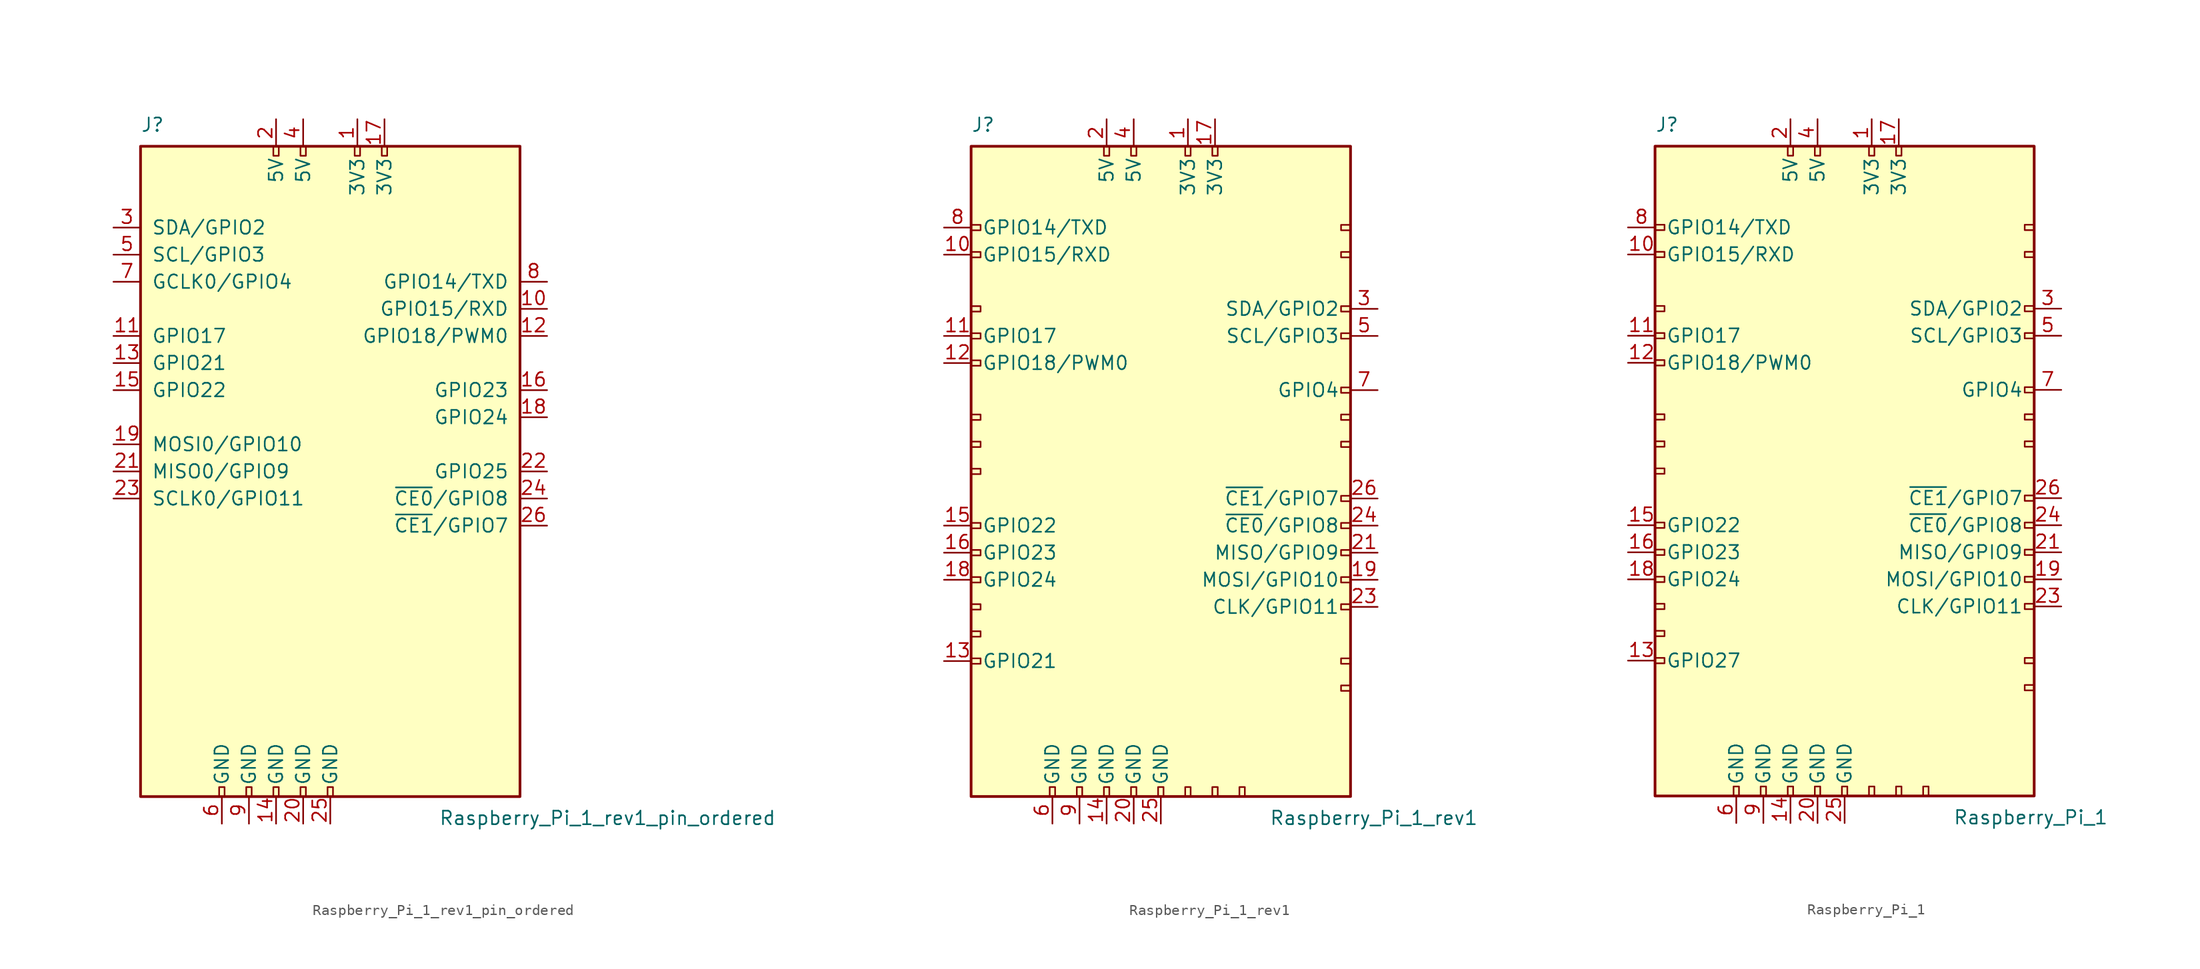
<source format=kicad_sym>
(kicad_symbol_lib
  (version 20231120)
  (generator "kicad_symbol_editor")
  (generator_version "8.0")
  (symbol "Raspberry_Pi_1_rev1_pin_ordered"
    (pin_names
      (offset 1.016))
    (property "Reference" "J"
      (at -17.78 31.75 0)
      (effects (font (size 1.27 1.27)) (justify left bottom)))
    (property "Value" "Raspberry_Pi_1_rev1_pin_ordered"
      (at 10.16 -31.75 0)
      (effects (font (size 1.27 1.27)) (justify left top)))
    (symbol "Raspberry_Pi_1_rev1_pin_ordered_0_1"
      (rectangle (start -17.78 30.48) (end 17.78 -30.48) (stroke (width 0.254) (type default)) (fill (type background))))
    (symbol "Raspberry_Pi_1_rev1_pin_ordered_1_1"
      (rectangle (start -10.414 -29.591) (end -9.906 -30.48) (stroke (width 0) (type default)) (fill (type none)))
      (rectangle (start -7.874 -29.591) (end -7.366 -30.48) (stroke (width 0) (type default)) (fill (type none)))
      (rectangle (start -5.334 -29.591) (end -4.826 -30.48) (stroke (width 0) (type default)) (fill (type none)))
      (rectangle (start -5.334 30.48) (end -4.826 29.591) (stroke (width 0) (type default)) (fill (type none)))
      (rectangle (start -2.794 -29.591) (end -2.286 -30.48) (stroke (width 0) (type default)) (fill (type none)))
      (rectangle (start -2.794 30.48) (end -2.286 29.591) (stroke (width 0) (type default)) (fill (type none)))
      (rectangle (start -0.254 -29.591) (end 0.254 -30.48) (stroke (width 0) (type default)) (fill (type none)))
      (rectangle (start 2.286 30.48) (end 2.794 29.591) (stroke (width 0) (type default)) (fill (type none)))
      (rectangle (start 4.826 30.48) (end 5.334 29.591) (stroke (width 0) (type default)) (fill (type none)))
      (pin power_in line (at 2.54 33.02 270) (length 2.54) (name "3V3" (effects (font (size 1.27 1.27)))) (number "1" (effects (font (size 1.27 1.27)))))
      (pin bidirectional line (at 20.32 15.24 180) (length 2.54) (name "GPIO15/RXD" (effects (font (size 1.27 1.27)))) (number "10" (effects (font (size 1.27 1.27)))))
      (pin bidirectional line (at -20.32 12.7 0) (length 2.54) (name "GPIO17" (effects (font (size 1.27 1.27)))) (number "11" (effects (font (size 1.27 1.27)))))
      (pin bidirectional line (at 20.32 12.7 180) (length 2.54) (name "GPIO18/PWM0" (effects (font (size 1.27 1.27)))) (number "12" (effects (font (size 1.27 1.27)))))
      (pin bidirectional line (at -20.32 10.16 0) (length 2.54) (name "GPIO21" (effects (font (size 1.27 1.27)))) (number "13" (effects (font (size 1.27 1.27)))))
      (pin power_in line (at -5.08 -33.02 90) (length 2.54) (name "GND" (effects (font (size 1.27 1.27)))) (number "14" (effects (font (size 1.27 1.27)))))
      (pin bidirectional line (at -20.32 7.62 0) (length 2.54) (name "GPIO22" (effects (font (size 1.27 1.27)))) (number "15" (effects (font (size 1.27 1.27)))))
      (pin bidirectional line (at 20.32 7.62 180) (length 2.54) (name "GPIO23" (effects (font (size 1.27 1.27)))) (number "16" (effects (font (size 1.27 1.27)))))
      (pin power_in line (at 5.08 33.02 270) (length 2.54) (name "3V3" (effects (font (size 1.27 1.27)))) (number "17" (effects (font (size 1.27 1.27)))))
      (pin bidirectional line (at 20.32 5.08 180) (length 2.54) (name "GPIO24" (effects (font (size 1.27 1.27)))) (number "18" (effects (font (size 1.27 1.27)))))
      (pin bidirectional line (at -20.32 2.54 0) (length 2.54) (name "MOSI0/GPIO10" (effects (font (size 1.27 1.27)))) (number "19" (effects (font (size 1.27 1.27)))))
      (pin power_in line (at -5.08 33.02 270) (length 2.54) (name "5V" (effects (font (size 1.27 1.27)))) (number "2" (effects (font (size 1.27 1.27)))))
      (pin power_in line (at -2.54 -33.02 90) (length 2.54) (name "GND" (effects (font (size 1.27 1.27)))) (number "20" (effects (font (size 1.27 1.27)))))
      (pin bidirectional line (at -20.32 0 0) (length 2.54) (name "MISO0/GPIO9" (effects (font (size 1.27 1.27)))) (number "21" (effects (font (size 1.27 1.27)))))
      (pin bidirectional line (at 20.32 0 180) (length 2.54) (name "GPIO25" (effects (font (size 1.27 1.27)))) (number "22" (effects (font (size 1.27 1.27)))))
      (pin bidirectional line (at -20.32 -2.54 0) (length 2.54) (name "SCLK0/GPIO11" (effects (font (size 1.27 1.27)))) (number "23" (effects (font (size 1.27 1.27)))))
      (pin bidirectional line (at 20.32 -2.54 180) (length 2.54) (name "~{CE0}/GPIO8" (effects (font (size 1.27 1.27)))) (number "24" (effects (font (size 1.27 1.27)))))
      (pin power_in line (at 0 -33.02 90) (length 2.54) (name "GND" (effects (font (size 1.27 1.27)))) (number "25" (effects (font (size 1.27 1.27)))))
      (pin bidirectional line (at 20.32 -5.08 180) (length 2.54) (name "~{CE1}/GPIO7" (effects (font (size 1.27 1.27)))) (number "26" (effects (font (size 1.27 1.27)))))
      (pin bidirectional line (at -20.32 22.86 0) (length 2.54) (name "SDA/GPIO2" (effects (font (size 1.27 1.27)))) (number "3" (effects (font (size 1.27 1.27)))))
      (pin power_in line (at -2.54 33.02 270) (length 2.54) (name "5V" (effects (font (size 1.27 1.27)))) (number "4" (effects (font (size 1.27 1.27)))))
      (pin bidirectional line (at -20.32 20.32 0) (length 2.54) (name "SCL/GPIO3" (effects (font (size 1.27 1.27)))) (number "5" (effects (font (size 1.27 1.27)))))
      (pin power_in line (at -10.16 -33.02 90) (length 2.54) (name "GND" (effects (font (size 1.27 1.27)))) (number "6" (effects (font (size 1.27 1.27)))))
      (pin bidirectional line (at -20.32 17.78 0) (length 2.54) (name "GCLK0/GPIO4" (effects (font (size 1.27 1.27)))) (number "7" (effects (font (size 1.27 1.27)))))
      (pin bidirectional line (at 20.32 17.78 180) (length 2.54) (name "GPIO14/TXD" (effects (font (size 1.27 1.27)))) (number "8" (effects (font (size 1.27 1.27)))))
      (pin power_in line (at -7.62 -33.02 90) (length 2.54) (name "GND" (effects (font (size 1.27 1.27)))) (number "9" (effects (font (size 1.27 1.27)))))))
  (symbol "Raspberry_Pi_1_rev1"
    (pin_names
      (offset 1.016))
    (property "Reference" "J"
      (at -17.78 31.75 0)
      (effects (font (size 1.27 1.27)) (justify left bottom)))
    (property "Value" "Raspberry_Pi_1_rev1"
      (at 10.16 -31.75 0)
      (effects (font (size 1.27 1.27)) (justify left top)))
    (symbol "Raspberry_Pi_1_rev1_0_1"
      (rectangle (start -17.78 30.48) (end 17.78 -30.48) (stroke (width 0.254) (type default)) (fill (type background))))
    (symbol "Raspberry_Pi_1_rev1_1_1"
      (rectangle (start -16.891 -17.526) (end -17.78 -18.034) (stroke (width 0) (type default)) (fill (type none)))
      (rectangle (start -16.891 -14.986) (end -17.78 -15.494) (stroke (width 0) (type default)) (fill (type none)))
      (rectangle (start -16.891 -12.446) (end -17.78 -12.954) (stroke (width 0) (type default)) (fill (type none)))
      (rectangle (start -16.891 -9.906) (end -17.78 -10.414) (stroke (width 0) (type default)) (fill (type none)))
      (rectangle (start -16.891 -7.366) (end -17.78 -7.874) (stroke (width 0) (type default)) (fill (type none)))
      (rectangle (start -16.891 -4.826) (end -17.78 -5.334) (stroke (width 0) (type default)) (fill (type none)))
      (rectangle (start -16.891 0.254) (end -17.78 -0.254) (stroke (width 0) (type default)) (fill (type none)))
      (rectangle (start -16.891 2.794) (end -17.78 2.286) (stroke (width 0) (type default)) (fill (type none)))
      (rectangle (start -16.891 5.334) (end -17.78 4.826) (stroke (width 0) (type default)) (fill (type none)))
      (rectangle (start -16.891 10.414) (end -17.78 9.906) (stroke (width 0) (type default)) (fill (type none)))
      (rectangle (start -16.891 12.954) (end -17.78 12.446) (stroke (width 0) (type default)) (fill (type none)))
      (rectangle (start -16.891 15.494) (end -17.78 14.986) (stroke (width 0) (type default)) (fill (type none)))
      (rectangle (start -16.891 20.574) (end -17.78 20.066) (stroke (width 0) (type default)) (fill (type none)))
      (rectangle (start -16.891 23.114) (end -17.78 22.606) (stroke (width 0) (type default)) (fill (type none)))
      (rectangle (start -10.414 -29.591) (end -9.906 -30.48) (stroke (width 0) (type default)) (fill (type none)))
      (rectangle (start -7.874 -29.591) (end -7.366 -30.48) (stroke (width 0) (type default)) (fill (type none)))
      (rectangle (start -5.334 -29.591) (end -4.826 -30.48) (stroke (width 0) (type default)) (fill (type none)))
      (rectangle (start -5.334 30.48) (end -4.826 29.591) (stroke (width 0) (type default)) (fill (type none)))
      (rectangle (start -2.794 -29.591) (end -2.286 -30.48) (stroke (width 0) (type default)) (fill (type none)))
      (rectangle (start -2.794 30.48) (end -2.286 29.591) (stroke (width 0) (type default)) (fill (type none)))
      (rectangle (start -0.254 -29.591) (end 0.254 -30.48) (stroke (width 0) (type default)) (fill (type none)))
      (rectangle (start 2.286 -29.591) (end 2.794 -30.48) (stroke (width 0) (type default)) (fill (type none)))
      (rectangle (start 2.286 30.48) (end 2.794 29.591) (stroke (width 0) (type default)) (fill (type none)))
      (rectangle (start 4.826 -29.591) (end 5.334 -30.48) (stroke (width 0) (type default)) (fill (type none)))
      (rectangle (start 4.826 30.48) (end 5.334 29.591) (stroke (width 0) (type default)) (fill (type none)))
      (rectangle (start 7.366 -29.591) (end 7.874 -30.48) (stroke (width 0) (type default)) (fill (type none)))
      (rectangle (start 17.78 -20.066) (end 16.891 -20.574) (stroke (width 0) (type default)) (fill (type none)))
      (rectangle (start 17.78 -17.526) (end 16.891 -18.034) (stroke (width 0) (type default)) (fill (type none)))
      (rectangle (start 17.78 -12.446) (end 16.891 -12.954) (stroke (width 0) (type default)) (fill (type none)))
      (rectangle (start 17.78 -9.906) (end 16.891 -10.414) (stroke (width 0) (type default)) (fill (type none)))
      (rectangle (start 17.78 -7.366) (end 16.891 -7.874) (stroke (width 0) (type default)) (fill (type none)))
      (rectangle (start 17.78 -4.826) (end 16.891 -5.334) (stroke (width 0) (type default)) (fill (type none)))
      (rectangle (start 17.78 -2.286) (end 16.891 -2.794) (stroke (width 0) (type default)) (fill (type none)))
      (rectangle (start 17.78 2.794) (end 16.891 2.286) (stroke (width 0) (type default)) (fill (type none)))
      (rectangle (start 17.78 5.334) (end 16.891 4.826) (stroke (width 0) (type default)) (fill (type none)))
      (rectangle (start 17.78 7.874) (end 16.891 7.366) (stroke (width 0) (type default)) (fill (type none)))
      (rectangle (start 17.78 12.954) (end 16.891 12.446) (stroke (width 0) (type default)) (fill (type none)))
      (rectangle (start 17.78 15.494) (end 16.891 14.986) (stroke (width 0) (type default)) (fill (type none)))
      (rectangle (start 17.78 20.574) (end 16.891 20.066) (stroke (width 0) (type default)) (fill (type none)))
      (rectangle (start 17.78 23.114) (end 16.891 22.606) (stroke (width 0) (type default)) (fill (type none)))
      (pin power_in line (at 2.54 33.02 270) (length 2.54) (name "3V3" (effects (font (size 1.27 1.27)))) (number "1" (effects (font (size 1.27 1.27)))))
      (pin bidirectional line (at -20.32 20.32 0) (length 2.54) (name "GPIO15/RXD" (effects (font (size 1.27 1.27)))) (number "10" (effects (font (size 1.27 1.27)))))
      (pin bidirectional line (at -20.32 12.7 0) (length 2.54) (name "GPIO17" (effects (font (size 1.27 1.27)))) (number "11" (effects (font (size 1.27 1.27)))))
      (pin bidirectional line (at -20.32 10.16 0) (length 2.54) (name "GPIO18/PWM0" (effects (font (size 1.27 1.27)))) (number "12" (effects (font (size 1.27 1.27)))))
      (pin bidirectional line (at -20.32 -17.78 0) (length 2.54) (name "GPIO21" (effects (font (size 1.27 1.27)))) (number "13" (effects (font (size 1.27 1.27)))))
      (pin power_in line (at -5.08 -33.02 90) (length 2.54) (name "GND" (effects (font (size 1.27 1.27)))) (number "14" (effects (font (size 1.27 1.27)))))
      (pin bidirectional line (at -20.32 -5.08 0) (length 2.54) (name "GPIO22" (effects (font (size 1.27 1.27)))) (number "15" (effects (font (size 1.27 1.27)))))
      (pin bidirectional line (at -20.32 -7.62 0) (length 2.54) (name "GPIO23" (effects (font (size 1.27 1.27)))) (number "16" (effects (font (size 1.27 1.27)))))
      (pin power_in line (at 5.08 33.02 270) (length 2.54) (name "3V3" (effects (font (size 1.27 1.27)))) (number "17" (effects (font (size 1.27 1.27)))))
      (pin bidirectional line (at -20.32 -10.16 0) (length 2.54) (name "GPIO24" (effects (font (size 1.27 1.27)))) (number "18" (effects (font (size 1.27 1.27)))))
      (pin bidirectional line (at 20.32 -10.16 180) (length 2.54) (name "MOSI/GPIO10" (effects (font (size 1.27 1.27)))) (number "19" (effects (font (size 1.27 1.27)))))
      (pin power_in line (at -5.08 33.02 270) (length 2.54) (name "5V" (effects (font (size 1.27 1.27)))) (number "2" (effects (font (size 1.27 1.27)))))
      (pin power_in line (at -2.54 -33.02 90) (length 2.54) (name "GND" (effects (font (size 1.27 1.27)))) (number "20" (effects (font (size 1.27 1.27)))))
      (pin bidirectional line (at 20.32 -7.62 180) (length 2.54) (name "MISO/GPIO9" (effects (font (size 1.27 1.27)))) (number "21" (effects (font (size 1.27 1.27)))))
      (pin bidirectional line (at 20.32 -12.7 180) (length 2.54) (name "CLK/GPIO11" (effects (font (size 1.27 1.27)))) (number "23" (effects (font (size 1.27 1.27)))))
      (pin bidirectional line (at 20.32 -5.08 180) (length 2.54) (name "~{CE0}/GPIO8" (effects (font (size 1.27 1.27)))) (number "24" (effects (font (size 1.27 1.27)))))
      (pin power_in line (at 0 -33.02 90) (length 2.54) (name "GND" (effects (font (size 1.27 1.27)))) (number "25" (effects (font (size 1.27 1.27)))))
      (pin bidirectional line (at 20.32 -2.54 180) (length 2.54) (name "~{CE1}/GPIO7" (effects (font (size 1.27 1.27)))) (number "26" (effects (font (size 1.27 1.27)))))
      (pin bidirectional line (at 20.32 15.24 180) (length 2.54) (name "SDA/GPIO2" (effects (font (size 1.27 1.27)))) (number "3" (effects (font (size 1.27 1.27)))))
      (pin power_in line (at -2.54 33.02 270) (length 2.54) (name "5V" (effects (font (size 1.27 1.27)))) (number "4" (effects (font (size 1.27 1.27)))))
      (pin bidirectional line (at 20.32 12.7 180) (length 2.54) (name "SCL/GPIO3" (effects (font (size 1.27 1.27)))) (number "5" (effects (font (size 1.27 1.27)))))
      (pin power_in line (at -10.16 -33.02 90) (length 2.54) (name "GND" (effects (font (size 1.27 1.27)))) (number "6" (effects (font (size 1.27 1.27)))))
      (pin bidirectional line (at 20.32 7.62 180) (length 2.54) (name "GPIO4" (effects (font (size 1.27 1.27)))) (number "7" (effects (font (size 1.27 1.27)))))
      (pin bidirectional line (at -20.32 22.86 0) (length 2.54) (name "GPIO14/TXD" (effects (font (size 1.27 1.27)))) (number "8" (effects (font (size 1.27 1.27)))))
      (pin power_in line (at -7.62 -33.02 90) (length 2.54) (name "GND" (effects (font (size 1.27 1.27)))) (number "9" (effects (font (size 1.27 1.27)))))))
  (symbol "Raspberry_Pi_1"
    (pin_names
      (offset 1.016))
    (property "Reference" "J"
      (at -17.78 31.75 0)
      (effects (font (size 1.27 1.27)) (justify left bottom)))
    (property "Value" "Raspberry_Pi_1"
      (at 10.16 -31.75 0)
      (effects (font (size 1.27 1.27)) (justify left top)))
    (symbol "Raspberry_Pi_1_0_1"
      (rectangle (start -17.78 30.48) (end 17.78 -30.48) (stroke (width 0.254) (type default)) (fill (type background))))
    (symbol "Raspberry_Pi_1_1_1"
      (rectangle (start -16.891 -17.526) (end -17.78 -18.034) (stroke (width 0) (type default)) (fill (type none)))
      (rectangle (start -16.891 -14.986) (end -17.78 -15.494) (stroke (width 0) (type default)) (fill (type none)))
      (rectangle (start -16.891 -12.446) (end -17.78 -12.954) (stroke (width 0) (type default)) (fill (type none)))
      (rectangle (start -16.891 -9.906) (end -17.78 -10.414) (stroke (width 0) (type default)) (fill (type none)))
      (rectangle (start -16.891 -7.366) (end -17.78 -7.874) (stroke (width 0) (type default)) (fill (type none)))
      (rectangle (start -16.891 -4.826) (end -17.78 -5.334) (stroke (width 0) (type default)) (fill (type none)))
      (rectangle (start -16.891 0.254) (end -17.78 -0.254) (stroke (width 0) (type default)) (fill (type none)))
      (rectangle (start -16.891 2.794) (end -17.78 2.286) (stroke (width 0) (type default)) (fill (type none)))
      (rectangle (start -16.891 5.334) (end -17.78 4.826) (stroke (width 0) (type default)) (fill (type none)))
      (rectangle (start -16.891 10.414) (end -17.78 9.906) (stroke (width 0) (type default)) (fill (type none)))
      (rectangle (start -16.891 12.954) (end -17.78 12.446) (stroke (width 0) (type default)) (fill (type none)))
      (rectangle (start -16.891 15.494) (end -17.78 14.986) (stroke (width 0) (type default)) (fill (type none)))
      (rectangle (start -16.891 20.574) (end -17.78 20.066) (stroke (width 0) (type default)) (fill (type none)))
      (rectangle (start -16.891 23.114) (end -17.78 22.606) (stroke (width 0) (type default)) (fill (type none)))
      (rectangle (start -10.414 -29.591) (end -9.906 -30.48) (stroke (width 0) (type default)) (fill (type none)))
      (rectangle (start -7.874 -29.591) (end -7.366 -30.48) (stroke (width 0) (type default)) (fill (type none)))
      (rectangle (start -5.334 -29.591) (end -4.826 -30.48) (stroke (width 0) (type default)) (fill (type none)))
      (rectangle (start -5.334 30.48) (end -4.826 29.591) (stroke (width 0) (type default)) (fill (type none)))
      (rectangle (start -2.794 -29.591) (end -2.286 -30.48) (stroke (width 0) (type default)) (fill (type none)))
      (rectangle (start -2.794 30.48) (end -2.286 29.591) (stroke (width 0) (type default)) (fill (type none)))
      (rectangle (start -0.254 -29.591) (end 0.254 -30.48) (stroke (width 0) (type default)) (fill (type none)))
      (rectangle (start 2.286 -29.591) (end 2.794 -30.48) (stroke (width 0) (type default)) (fill (type none)))
      (rectangle (start 2.286 30.48) (end 2.794 29.591) (stroke (width 0) (type default)) (fill (type none)))
      (rectangle (start 4.826 -29.591) (end 5.334 -30.48) (stroke (width 0) (type default)) (fill (type none)))
      (rectangle (start 4.826 30.48) (end 5.334 29.591) (stroke (width 0) (type default)) (fill (type none)))
      (rectangle (start 7.366 -29.591) (end 7.874 -30.48) (stroke (width 0) (type default)) (fill (type none)))
      (rectangle (start 17.78 -20.066) (end 16.891 -20.574) (stroke (width 0) (type default)) (fill (type none)))
      (rectangle (start 17.78 -17.526) (end 16.891 -18.034) (stroke (width 0) (type default)) (fill (type none)))
      (rectangle (start 17.78 -12.446) (end 16.891 -12.954) (stroke (width 0) (type default)) (fill (type none)))
      (rectangle (start 17.78 -9.906) (end 16.891 -10.414) (stroke (width 0) (type default)) (fill (type none)))
      (rectangle (start 17.78 -7.366) (end 16.891 -7.874) (stroke (width 0) (type default)) (fill (type none)))
      (rectangle (start 17.78 -4.826) (end 16.891 -5.334) (stroke (width 0) (type default)) (fill (type none)))
      (rectangle (start 17.78 -2.286) (end 16.891 -2.794) (stroke (width 0) (type default)) (fill (type none)))
      (rectangle (start 17.78 2.794) (end 16.891 2.286) (stroke (width 0) (type default)) (fill (type none)))
      (rectangle (start 17.78 5.334) (end 16.891 4.826) (stroke (width 0) (type default)) (fill (type none)))
      (rectangle (start 17.78 7.874) (end 16.891 7.366) (stroke (width 0) (type default)) (fill (type none)))
      (rectangle (start 17.78 12.954) (end 16.891 12.446) (stroke (width 0) (type default)) (fill (type none)))
      (rectangle (start 17.78 15.494) (end 16.891 14.986) (stroke (width 0) (type default)) (fill (type none)))
      (rectangle (start 17.78 20.574) (end 16.891 20.066) (stroke (width 0) (type default)) (fill (type none)))
      (rectangle (start 17.78 23.114) (end 16.891 22.606) (stroke (width 0) (type default)) (fill (type none)))
      (pin power_in line (at 2.54 33.02 270) (length 2.54) (name "3V3" (effects (font (size 1.27 1.27)))) (number "1" (effects (font (size 1.27 1.27)))))
      (pin bidirectional line (at -20.32 20.32 0) (length 2.54) (name "GPIO15/RXD" (effects (font (size 1.27 1.27)))) (number "10" (effects (font (size 1.27 1.27)))))
      (pin bidirectional line (at -20.32 12.7 0) (length 2.54) (name "GPIO17" (effects (font (size 1.27 1.27)))) (number "11" (effects (font (size 1.27 1.27)))))
      (pin bidirectional line (at -20.32 10.16 0) (length 2.54) (name "GPIO18/PWM0" (effects (font (size 1.27 1.27)))) (number "12" (effects (font (size 1.27 1.27)))))
      (pin bidirectional line (at -20.32 -17.78 0) (length 2.54) (name "GPIO27" (effects (font (size 1.27 1.27)))) (number "13" (effects (font (size 1.27 1.27)))))
      (pin power_in line (at -5.08 -33.02 90) (length 2.54) (name "GND" (effects (font (size 1.27 1.27)))) (number "14" (effects (font (size 1.27 1.27)))))
      (pin bidirectional line (at -20.32 -5.08 0) (length 2.54) (name "GPIO22" (effects (font (size 1.27 1.27)))) (number "15" (effects (font (size 1.27 1.27)))))
      (pin bidirectional line (at -20.32 -7.62 0) (length 2.54) (name "GPIO23" (effects (font (size 1.27 1.27)))) (number "16" (effects (font (size 1.27 1.27)))))
      (pin power_in line (at 5.08 33.02 270) (length 2.54) (name "3V3" (effects (font (size 1.27 1.27)))) (number "17" (effects (font (size 1.27 1.27)))))
      (pin bidirectional line (at -20.32 -10.16 0) (length 2.54) (name "GPIO24" (effects (font (size 1.27 1.27)))) (number "18" (effects (font (size 1.27 1.27)))))
      (pin bidirectional line (at 20.32 -10.16 180) (length 2.54) (name "MOSI/GPIO10" (effects (font (size 1.27 1.27)))) (number "19" (effects (font (size 1.27 1.27)))))
      (pin power_in line (at -5.08 33.02 270) (length 2.54) (name "5V" (effects (font (size 1.27 1.27)))) (number "2" (effects (font (size 1.27 1.27)))))
      (pin power_in line (at -2.54 -33.02 90) (length 2.54) (name "GND" (effects (font (size 1.27 1.27)))) (number "20" (effects (font (size 1.27 1.27)))))
      (pin bidirectional line (at 20.32 -7.62 180) (length 2.54) (name "MISO/GPIO9" (effects (font (size 1.27 1.27)))) (number "21" (effects (font (size 1.27 1.27)))))
      (pin bidirectional line (at 20.32 -12.7 180) (length 2.54) (name "CLK/GPIO11" (effects (font (size 1.27 1.27)))) (number "23" (effects (font (size 1.27 1.27)))))
      (pin bidirectional line (at 20.32 -5.08 180) (length 2.54) (name "~{CE0}/GPIO8" (effects (font (size 1.27 1.27)))) (number "24" (effects (font (size 1.27 1.27)))))
      (pin power_in line (at 0 -33.02 90) (length 2.54) (name "GND" (effects (font (size 1.27 1.27)))) (number "25" (effects (font (size 1.27 1.27)))))
      (pin bidirectional line (at 20.32 -2.54 180) (length 2.54) (name "~{CE1}/GPIO7" (effects (font (size 1.27 1.27)))) (number "26" (effects (font (size 1.27 1.27)))))
      (pin bidirectional line (at 20.32 15.24 180) (length 2.54) (name "SDA/GPIO2" (effects (font (size 1.27 1.27)))) (number "3" (effects (font (size 1.27 1.27)))))
      (pin power_in line (at -2.54 33.02 270) (length 2.54) (name "5V" (effects (font (size 1.27 1.27)))) (number "4" (effects (font (size 1.27 1.27)))))
      (pin bidirectional line (at 20.32 12.7 180) (length 2.54) (name "SCL/GPIO3" (effects (font (size 1.27 1.27)))) (number "5" (effects (font (size 1.27 1.27)))))
      (pin power_in line (at -10.16 -33.02 90) (length 2.54) (name "GND" (effects (font (size 1.27 1.27)))) (number "6" (effects (font (size 1.27 1.27)))))
      (pin bidirectional line (at 20.32 7.62 180) (length 2.54) (name "GPIO4" (effects (font (size 1.27 1.27)))) (number "7" (effects (font (size 1.27 1.27)))))
      (pin bidirectional line (at -20.32 22.86 0) (length 2.54) (name "GPIO14/TXD" (effects (font (size 1.27 1.27)))) (number "8" (effects (font (size 1.27 1.27)))))
      (pin power_in line (at -7.62 -33.02 90) (length 2.54) (name "GND" (effects (font (size 1.27 1.27)))) (number "9" (effects (font (size 1.27 1.27))))))))
</source>
